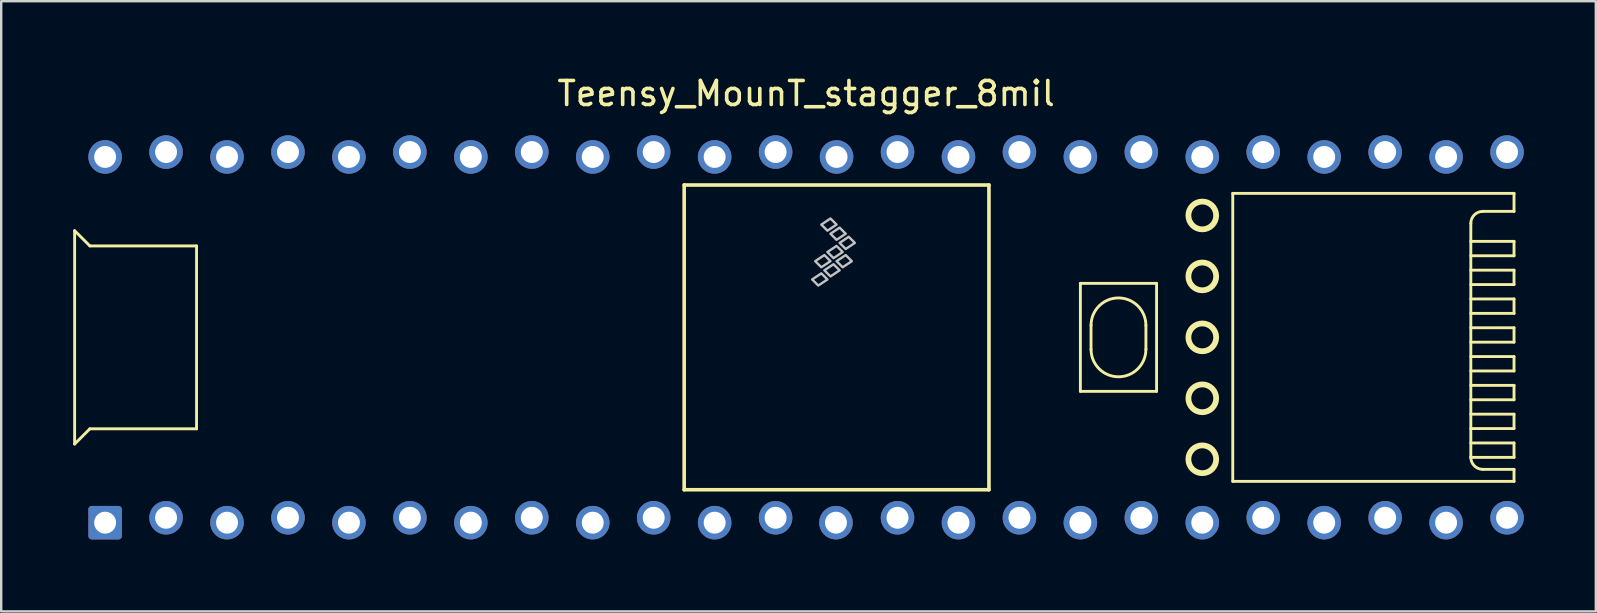
<source format=kicad_pcb>
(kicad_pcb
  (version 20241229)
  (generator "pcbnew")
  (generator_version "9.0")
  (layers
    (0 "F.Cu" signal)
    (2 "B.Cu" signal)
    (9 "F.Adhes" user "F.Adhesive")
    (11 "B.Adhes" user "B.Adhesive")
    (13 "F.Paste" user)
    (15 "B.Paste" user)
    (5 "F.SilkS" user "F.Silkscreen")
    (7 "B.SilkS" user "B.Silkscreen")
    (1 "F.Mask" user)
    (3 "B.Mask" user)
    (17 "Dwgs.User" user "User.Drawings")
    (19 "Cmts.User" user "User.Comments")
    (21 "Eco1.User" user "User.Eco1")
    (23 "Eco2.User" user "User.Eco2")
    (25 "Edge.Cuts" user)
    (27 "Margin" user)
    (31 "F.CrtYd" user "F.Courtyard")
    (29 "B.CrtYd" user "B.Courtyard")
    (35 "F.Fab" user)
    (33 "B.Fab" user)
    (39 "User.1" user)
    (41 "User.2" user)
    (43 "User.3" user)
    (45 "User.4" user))
  (footprint "Teensy_MounT_stagger_8mil"
    (layer "F.Cu")
    (at 30.54 11.008)
    (property "Reference" "Teensy_MounT_stagger_8mil" (at 0 -10.16 0) (layer "F.SilkS") (effects (font (size 1 1) (thickness 0.15))))
    (attr through_hole)
    (fp_line (start -30.48 -4.445) (end -30.48 4.445) (stroke (width 0.12) (type solid)) (layer "F.SilkS"))
    (fp_line (start -30.48 -4.445) (end -29.845 -3.81) (stroke (width 0.12) (type solid)) (layer "F.SilkS"))
    (fp_line (start -30.48 4.445) (end -29.845 3.81) (stroke (width 0.12) (type solid)) (layer "F.SilkS"))
    (fp_line (start -25.4 -3.81) (end -29.845 -3.81) (stroke (width 0.12) (type solid)) (layer "F.SilkS"))
    (fp_line (start -25.4 3.81) (end -29.845 3.81) (stroke (width 0.12) (type solid)) (layer "F.SilkS"))
    (fp_line (start -25.4 3.81) (end -25.4 -3.81) (stroke (width 0.12) (type solid)) (layer "F.SilkS"))
    (fp_line (start -5.08 -6.35) (end -5.08 6.35) (stroke (width 0.15) (type solid)) (layer "F.SilkS"))
    (fp_line (start -5.08 -6.35) (end 7.62 -6.35) (stroke (width 0.15) (type solid)) (layer "F.SilkS"))
    (fp_line (start -5.08 6.35) (end 7.62 6.35) (stroke (width 0.15) (type solid)) (layer "F.SilkS"))
    (fp_line (start 7.62 6.35) (end 7.62 -6.35) (stroke (width 0.15) (type solid)) (layer "F.SilkS"))
    (fp_line (start 11.43 -2.25) (end 11.43 2.25) (stroke (width 0.12) (type solid)) (layer "F.SilkS"))
    (fp_line (start 11.43 2.25) (end 14.605 2.25) (stroke (width 0.12) (type solid)) (layer "F.SilkS"))
    (fp_line (start 11.874 -0.5) (end 11.874 0.5) (stroke (width 0.12) (type solid)) (layer "F.SilkS"))
    (fp_line (start 14.161 -0.5) (end 14.161 0.5) (stroke (width 0.12) (type solid)) (layer "F.SilkS"))
    (fp_line (start 14.605 -2.25) (end 11.43 -2.25) (stroke (width 0.12) (type solid)) (layer "F.SilkS"))
    (fp_line (start 14.605 2.25) (end 14.605 -2.25) (stroke (width 0.12) (type solid)) (layer "F.SilkS"))
    (fp_line (start 17.78 6) (end 17.78 -6) (stroke (width 0.12) (type solid)) (layer "F.SilkS"))
    (fp_line (start 17.78 6) (end 29.5 6) (stroke (width 0.12) (type solid)) (layer "F.SilkS"))
    (fp_line (start 27.7 -4.75) (end 27.7 5) (stroke (width 0.12) (type solid)) (layer "F.SilkS"))
    (fp_line (start 27.7 -3.4) (end 29.5 -3.4) (stroke (width 0.12) (type solid)) (layer "F.SilkS"))
    (fp_line (start 27.7 -2.2) (end 29.5 -2.2) (stroke (width 0.12) (type solid)) (layer "F.SilkS"))
    (fp_line (start 27.7 -1) (end 29.5 -1) (stroke (width 0.12) (type solid)) (layer "F.SilkS"))
    (fp_line (start 27.7 0.2) (end 29.5 0.2) (stroke (width 0.12) (type solid)) (layer "F.SilkS"))
    (fp_line (start 27.7 1.4) (end 29.5 1.4) (stroke (width 0.12) (type solid)) (layer "F.SilkS"))
    (fp_line (start 27.7 2.6) (end 29.5 2.6) (stroke (width 0.12) (type solid)) (layer "F.SilkS"))
    (fp_line (start 27.7 3.8) (end 29.5 3.8) (stroke (width 0.12) (type solid)) (layer "F.SilkS"))
    (fp_line (start 27.7 5) (end 29.5 5) (stroke (width 0.12) (type solid)) (layer "F.SilkS"))
    (fp_line (start 29.5 -6) (end 17.78 -6) (stroke (width 0.12) (type solid)) (layer "F.SilkS"))
    (fp_line (start 29.5 -6) (end 29.5 -5.25) (stroke (width 0.12) (type solid)) (layer "F.SilkS"))
    (fp_line (start 29.5 -5.25) (end 28.2 -5.25) (stroke (width 0.12) (type solid)) (layer "F.SilkS"))
    (fp_line (start 29.5 -4) (end 27.7 -4) (stroke (width 0.12) (type solid)) (layer "F.SilkS"))
    (fp_line (start 29.5 -3.4) (end 29.5 -4) (stroke (width 0.12) (type solid)) (layer "F.SilkS"))
    (fp_line (start 29.5 -2.8) (end 27.7 -2.8) (stroke (width 0.12) (type solid)) (layer "F.SilkS"))
    (fp_line (start 29.5 -2.2) (end 29.5 -2.8) (stroke (width 0.12) (type solid)) (layer "F.SilkS"))
    (fp_line (start 29.5 -1.6) (end 27.7 -1.6) (stroke (width 0.12) (type solid)) (layer "F.SilkS"))
    (fp_line (start 29.5 -1) (end 29.5 -1.6) (stroke (width 0.12) (type solid)) (layer "F.SilkS"))
    (fp_line (start 29.5 -0.4) (end 27.7 -0.4) (stroke (width 0.12) (type solid)) (layer "F.SilkS"))
    (fp_line (start 29.5 0.2) (end 29.5 -0.4) (stroke (width 0.12) (type solid)) (layer "F.SilkS"))
    (fp_line (start 29.5 0.8) (end 27.7 0.8) (stroke (width 0.12) (type solid)) (layer "F.SilkS"))
    (fp_line (start 29.5 1.4) (end 29.5 0.8) (stroke (width 0.12) (type solid)) (layer "F.SilkS"))
    (fp_line (start 29.5 2) (end 27.7 2) (stroke (width 0.12) (type solid)) (layer "F.SilkS"))
    (fp_line (start 29.5 2.6) (end 29.5 2) (stroke (width 0.12) (type solid)) (layer "F.SilkS"))
    (fp_line (start 29.5 3.2) (end 27.7 3.2) (stroke (width 0.12) (type solid)) (layer "F.SilkS"))
    (fp_line (start 29.5 3.8) (end 29.5 3.2) (stroke (width 0.12) (type solid)) (layer "F.SilkS"))
    (fp_line (start 29.5 4.4) (end 27.7 4.4) (stroke (width 0.12) (type solid)) (layer "F.SilkS"))
    (fp_line (start 29.5 5) (end 29.5 4.4) (stroke (width 0.12) (type solid)) (layer "F.SilkS"))
    (fp_line (start 29.5 5.5) (end 28.2 5.5) (stroke (width 0.12) (type solid)) (layer "F.SilkS"))
    (fp_line (start 29.5 6) (end 29.5 5.5) (stroke (width 0.12) (type solid)) (layer "F.SilkS"))
    (fp_arc (start 11.8745 -0.5) (mid 13.0175 -1.643) (end 14.1605 -0.5) (stroke (width 0.12) (type solid)) (layer "F.SilkS"))
    (fp_arc (start 14.1605 0.5) (mid 13.0175 1.643) (end 11.8745 0.5) (stroke (width 0.12) (type solid)) (layer "F.SilkS"))
    (fp_arc (start 27.7 -4.75) (mid 27.846447 -5.103553) (end 28.2 -5.25) (stroke (width 0.12) (type solid)) (layer "F.SilkS"))
    (fp_arc (start 28.2 5.5) (mid 27.846447 5.353553) (end 27.7 5) (stroke (width 0.12) (type solid)) (layer "F.SilkS"))
    (fp_circle (center 16.51 -5.08) (end 17.089 -5.08) (stroke (width 0.241) (type solid)) (fill no) (layer "F.SilkS"))
    (fp_circle (center 16.51 -2.54) (end 17.089 -2.54) (stroke (width 0.241) (type solid)) (fill no) (layer "F.SilkS"))
    (fp_circle (center 16.51 0) (end 17.089 0) (stroke (width 0.241) (type solid)) (fill no) (layer "F.SilkS"))
    (fp_circle (center 16.51 2.54) (end 17.089 2.54) (stroke (width 0.241) (type solid)) (fill no) (layer "F.SilkS"))
    (fp_circle (center 16.51 5.08) (end 17.089 5.08) (stroke (width 0.241) (type solid)) (fill no) (layer "F.SilkS"))
    (fp_poly (pts (xy 0.635 -2.667) (xy 0.889 -2.413) (xy 0.508 -2.159) (xy 0.254 -2.413)) (stroke (width 0.1) (type solid)) (fill no) (layer "Dwgs.User"))
    (fp_poly (pts (xy 0.762 -3.429) (xy 1.016 -3.175) (xy 0.635 -2.921) (xy 0.381 -3.175)) (stroke (width 0.1) (type solid)) (fill no) (layer "Dwgs.User"))
    (fp_poly (pts (xy 1.016 -4.953) (xy 1.27 -4.699) (xy 0.889 -4.445) (xy 0.635 -4.699)) (stroke (width 0.1) (type solid)) (fill no) (layer "Dwgs.User"))
    (fp_poly (pts (xy 1.143 -3.048) (xy 1.397 -2.794) (xy 1.016 -2.54) (xy 0.762 -2.794)) (stroke (width 0.1) (type solid)) (fill no) (layer "Dwgs.User"))
    (fp_poly (pts (xy 1.27 -3.81) (xy 1.524 -3.556) (xy 1.143 -3.302) (xy 0.889 -3.556)) (stroke (width 0.1) (type solid)) (fill no) (layer "Dwgs.User"))
    (fp_poly (pts (xy 1.397 -4.572) (xy 1.651 -4.318) (xy 1.27 -4.064) (xy 1.016 -4.318)) (stroke (width 0.1) (type solid)) (fill no) (layer "Dwgs.User"))
    (fp_poly (pts (xy 1.651 -3.429) (xy 1.905 -3.175) (xy 1.524 -2.921) (xy 1.27 -3.175)) (stroke (width 0.1) (type solid)) (fill no) (layer "Dwgs.User"))
    (fp_poly (pts (xy 1.778 -4.191) (xy 2.032 -3.937) (xy 1.651 -3.683) (xy 1.397 -3.937)) (stroke (width 0.1) (type solid)) (fill no) (layer "Dwgs.User"))
    (pad "1" thru_hole roundrect (at -29.21 7.722) (size 1.397 1.397) (drill 0.914) (layers "*.Cu" "*.Mask") (roundrect_rratio 0.1))
    (pad "2" thru_hole circle (at -26.67 7.518) (size 1.397 1.397) (drill 0.914) (layers "*.Cu" "*.Mask"))
    (pad "3" thru_hole circle (at -24.13 7.722) (size 1.397 1.397) (drill 0.914) (layers "*.Cu" "*.Mask"))
    (pad "4" thru_hole circle (at -21.59 7.518) (size 1.397 1.397) (drill 0.914) (layers "*.Cu" "*.Mask"))
    (pad "5" thru_hole circle (at -19.05 7.722) (size 1.397 1.397) (drill 0.914) (layers "*.Cu" "*.Mask"))
    (pad "6" thru_hole circle (at -16.51 7.518) (size 1.397 1.397) (drill 0.914) (layers "*.Cu" "*.Mask"))
    (pad "7" thru_hole circle (at -13.97 7.722) (size 1.397 1.397) (drill 0.914) (layers "*.Cu" "*.Mask"))
    (pad "8" thru_hole circle (at -11.43 7.518) (size 1.397 1.397) (drill 0.914) (layers "*.Cu" "*.Mask"))
    (pad "9" thru_hole circle (at -8.89 7.722) (size 1.397 1.397) (drill 0.914) (layers "*.Cu" "*.Mask"))
    (pad "10" thru_hole circle (at -6.35 7.518) (size 1.397 1.397) (drill 0.914) (layers "*.Cu" "*.Mask"))
    (pad "11" thru_hole circle (at -3.81 7.722) (size 1.397 1.397) (drill 0.914) (layers "*.Cu" "*.Mask"))
    (pad "12" thru_hole circle (at -1.27 7.518) (size 1.397 1.397) (drill 0.914) (layers "*.Cu" "*.Mask"))
    (pad "13" thru_hole circle (at 1.245 7.722) (size 1.397 1.397) (drill 0.914) (layers "*.Cu" "*.Mask"))
    (pad "14" thru_hole circle (at 3.81 7.518) (size 1.397 1.397) (drill 0.914) (layers "*.Cu" "*.Mask"))
    (pad "15" thru_hole circle (at 6.35 7.722) (size 1.397 1.397) (drill 0.914) (layers "*.Cu" "*.Mask"))
    (pad "16" thru_hole circle (at 8.89 7.518) (size 1.397 1.397) (drill 0.914) (layers "*.Cu" "*.Mask"))
    (pad "17" thru_hole circle (at 11.43 7.722) (size 1.397 1.397) (drill 0.914) (layers "*.Cu" "*.Mask"))
    (pad "18" thru_hole circle (at 13.97 7.518) (size 1.397 1.397) (drill 0.914) (layers "*.Cu" "*.Mask"))
    (pad "19" thru_hole circle (at 16.51 7.722) (size 1.397 1.397) (drill 0.914) (layers "*.Cu" "*.Mask"))
    (pad "20" thru_hole circle (at 19.05 7.518) (size 1.397 1.397) (drill 0.914) (layers "*.Cu" "*.Mask"))
    (pad "21" thru_hole circle (at 21.59 7.722) (size 1.397 1.397) (drill 0.914) (layers "*.Cu" "*.Mask"))
    (pad "22" thru_hole circle (at 24.13 7.518) (size 1.397 1.397) (drill 0.914) (layers "*.Cu" "*.Mask"))
    (pad "23" thru_hole circle (at 26.67 7.722) (size 1.397 1.397) (drill 0.914) (layers "*.Cu" "*.Mask"))
    (pad "24" thru_hole circle (at 29.21 7.518) (size 1.397 1.397) (drill 0.914) (layers "*.Cu" "*.Mask"))
    (pad "30" thru_hole circle (at 29.21 -7.722) (size 1.397 1.397) (drill 0.914) (layers "*.Cu" "*.Mask"))
    (pad "31" thru_hole circle (at 26.67 -7.518) (size 1.397 1.397) (drill 0.914) (layers "*.Cu" "*.Mask"))
    (pad "32" thru_hole circle (at 24.13 -7.722) (size 1.397 1.397) (drill 0.914) (layers "*.Cu" "*.Mask"))
    (pad "33" thru_hole circle (at 21.59 -7.518) (size 1.397 1.397) (drill 0.914) (layers "*.Cu" "*.Mask"))
    (pad "34" thru_hole circle (at 19.05 -7.722) (size 1.397 1.397) (drill 0.914) (layers "*.Cu" "*.Mask"))
    (pad "35" thru_hole circle (at 16.51 -7.518) (size 1.397 1.397) (drill 0.914) (layers "*.Cu" "*.Mask"))
    (pad "36" thru_hole circle (at 13.97 -7.722) (size 1.397 1.397) (drill 0.914) (layers "*.Cu" "*.Mask"))
    (pad "37" thru_hole circle (at 11.43 -7.518) (size 1.397 1.397) (drill 0.914) (layers "*.Cu" "*.Mask"))
    (pad "38" thru_hole circle (at 8.89 -7.722) (size 1.397 1.397) (drill 0.914) (layers "*.Cu" "*.Mask"))
    (pad "39" thru_hole circle (at 6.35 -7.518) (size 1.397 1.397) (drill 0.914) (layers "*.Cu" "*.Mask"))
    (pad "40" thru_hole circle (at 3.81 -7.722) (size 1.397 1.397) (drill 0.914) (layers "*.Cu" "*.Mask"))
    (pad "41" thru_hole circle (at 1.27 -7.518) (size 1.397 1.397) (drill 0.914) (layers "*.Cu" "*.Mask"))
    (pad "42" thru_hole circle (at -1.27 -7.722) (size 1.397 1.397) (drill 0.914) (layers "*.Cu" "*.Mask"))
    (pad "43" thru_hole circle (at -3.81 -7.518) (size 1.397 1.397) (drill 0.914) (layers "*.Cu" "*.Mask"))
    (pad "44" thru_hole circle (at -6.35 -7.722) (size 1.397 1.397) (drill 0.914) (layers "*.Cu" "*.Mask"))
    (pad "45" thru_hole circle (at -8.89 -7.518) (size 1.397 1.397) (drill 0.914) (layers "*.Cu" "*.Mask"))
    (pad "46" thru_hole circle (at -11.43 -7.722) (size 1.397 1.397) (drill 0.914) (layers "*.Cu" "*.Mask"))
    (pad "47" thru_hole circle (at -13.97 -7.518) (size 1.397 1.397) (drill 0.914) (layers "*.Cu" "*.Mask"))
    (pad "48" thru_hole circle (at -16.51 -7.722) (size 1.397 1.397) (drill 0.914) (layers "*.Cu" "*.Mask"))
    (pad "49" thru_hole circle (at -19.05 -7.518) (size 1.397 1.397) (drill 0.914) (layers "*.Cu" "*.Mask"))
    (pad "50" thru_hole circle (at -21.59 -7.722) (size 1.397 1.397) (drill 0.914) (layers "*.Cu" "*.Mask"))
    (pad "51" thru_hole circle (at -24.13 -7.518) (size 1.397 1.397) (drill 0.914) (layers "*.Cu" "*.Mask"))
    (pad "52" thru_hole circle (at -26.67 -7.722) (size 1.397 1.397) (drill 0.914) (layers "*.Cu" "*.Mask"))
    (pad "53" thru_hole circle (at -29.21 -7.518) (size 1.397 1.397) (drill 0.914) (layers "*.Cu" "*.Mask")))
  (gr_rect
    (start -3 -3)
    (end 63.449 22.428)
    (stroke (width 0.1) (type default))
    (fill no)
    (layer "Edge.Cuts")))
</source>
